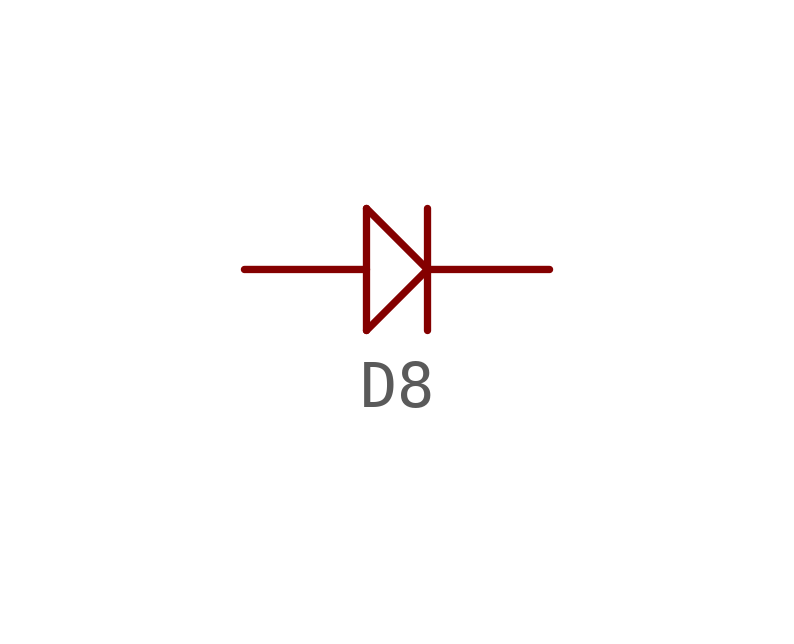
<source format=kicad_sym>
(kicad_symbol_lib
  (version 20231120)
  (generator "kicad_symbol_editor")
  (generator_version "8.0")
  (symbol "D8"
    (property "Reference" ""
      (at -0.351 1.567 0)
      (effects (font (size 1.016 0.864)) (justify left bottom) (hide yes)))
    (property "ki_locked" ""
      (at 0 0 0)
      (effects (font (size 1.27 1.27))))
    (symbol "D8_1_0"
      (polyline (pts (xy 0 -1.27) (xy 1.27 0)) (stroke (width 0.152) (type solid)) (fill (type none)))
      (polyline (pts (xy 0 1.27) (xy 0 -1.27)) (stroke (width 0.152) (type solid)) (fill (type none)))
      (polyline (pts (xy 1.27 0) (xy 0 1.27)) (stroke (width 0.152) (type solid)) (fill (type none)))
      (polyline (pts (xy 1.27 1.27) (xy 1.27 -1.27)) (stroke (width 0.152) (type solid)) (fill (type none)))
      (pin bidirectional line (at -2.54 0 0) (length 2.54) (name "A" (effects (font (size 0 0)))) (number "A" (effects (font (size 0 0)))))
      (pin bidirectional line (at 3.81 0 180) (length 2.54) (name "C" (effects (font (size 0 0)))) (number "C" (effects (font (size 0 0))))))))
</source>
